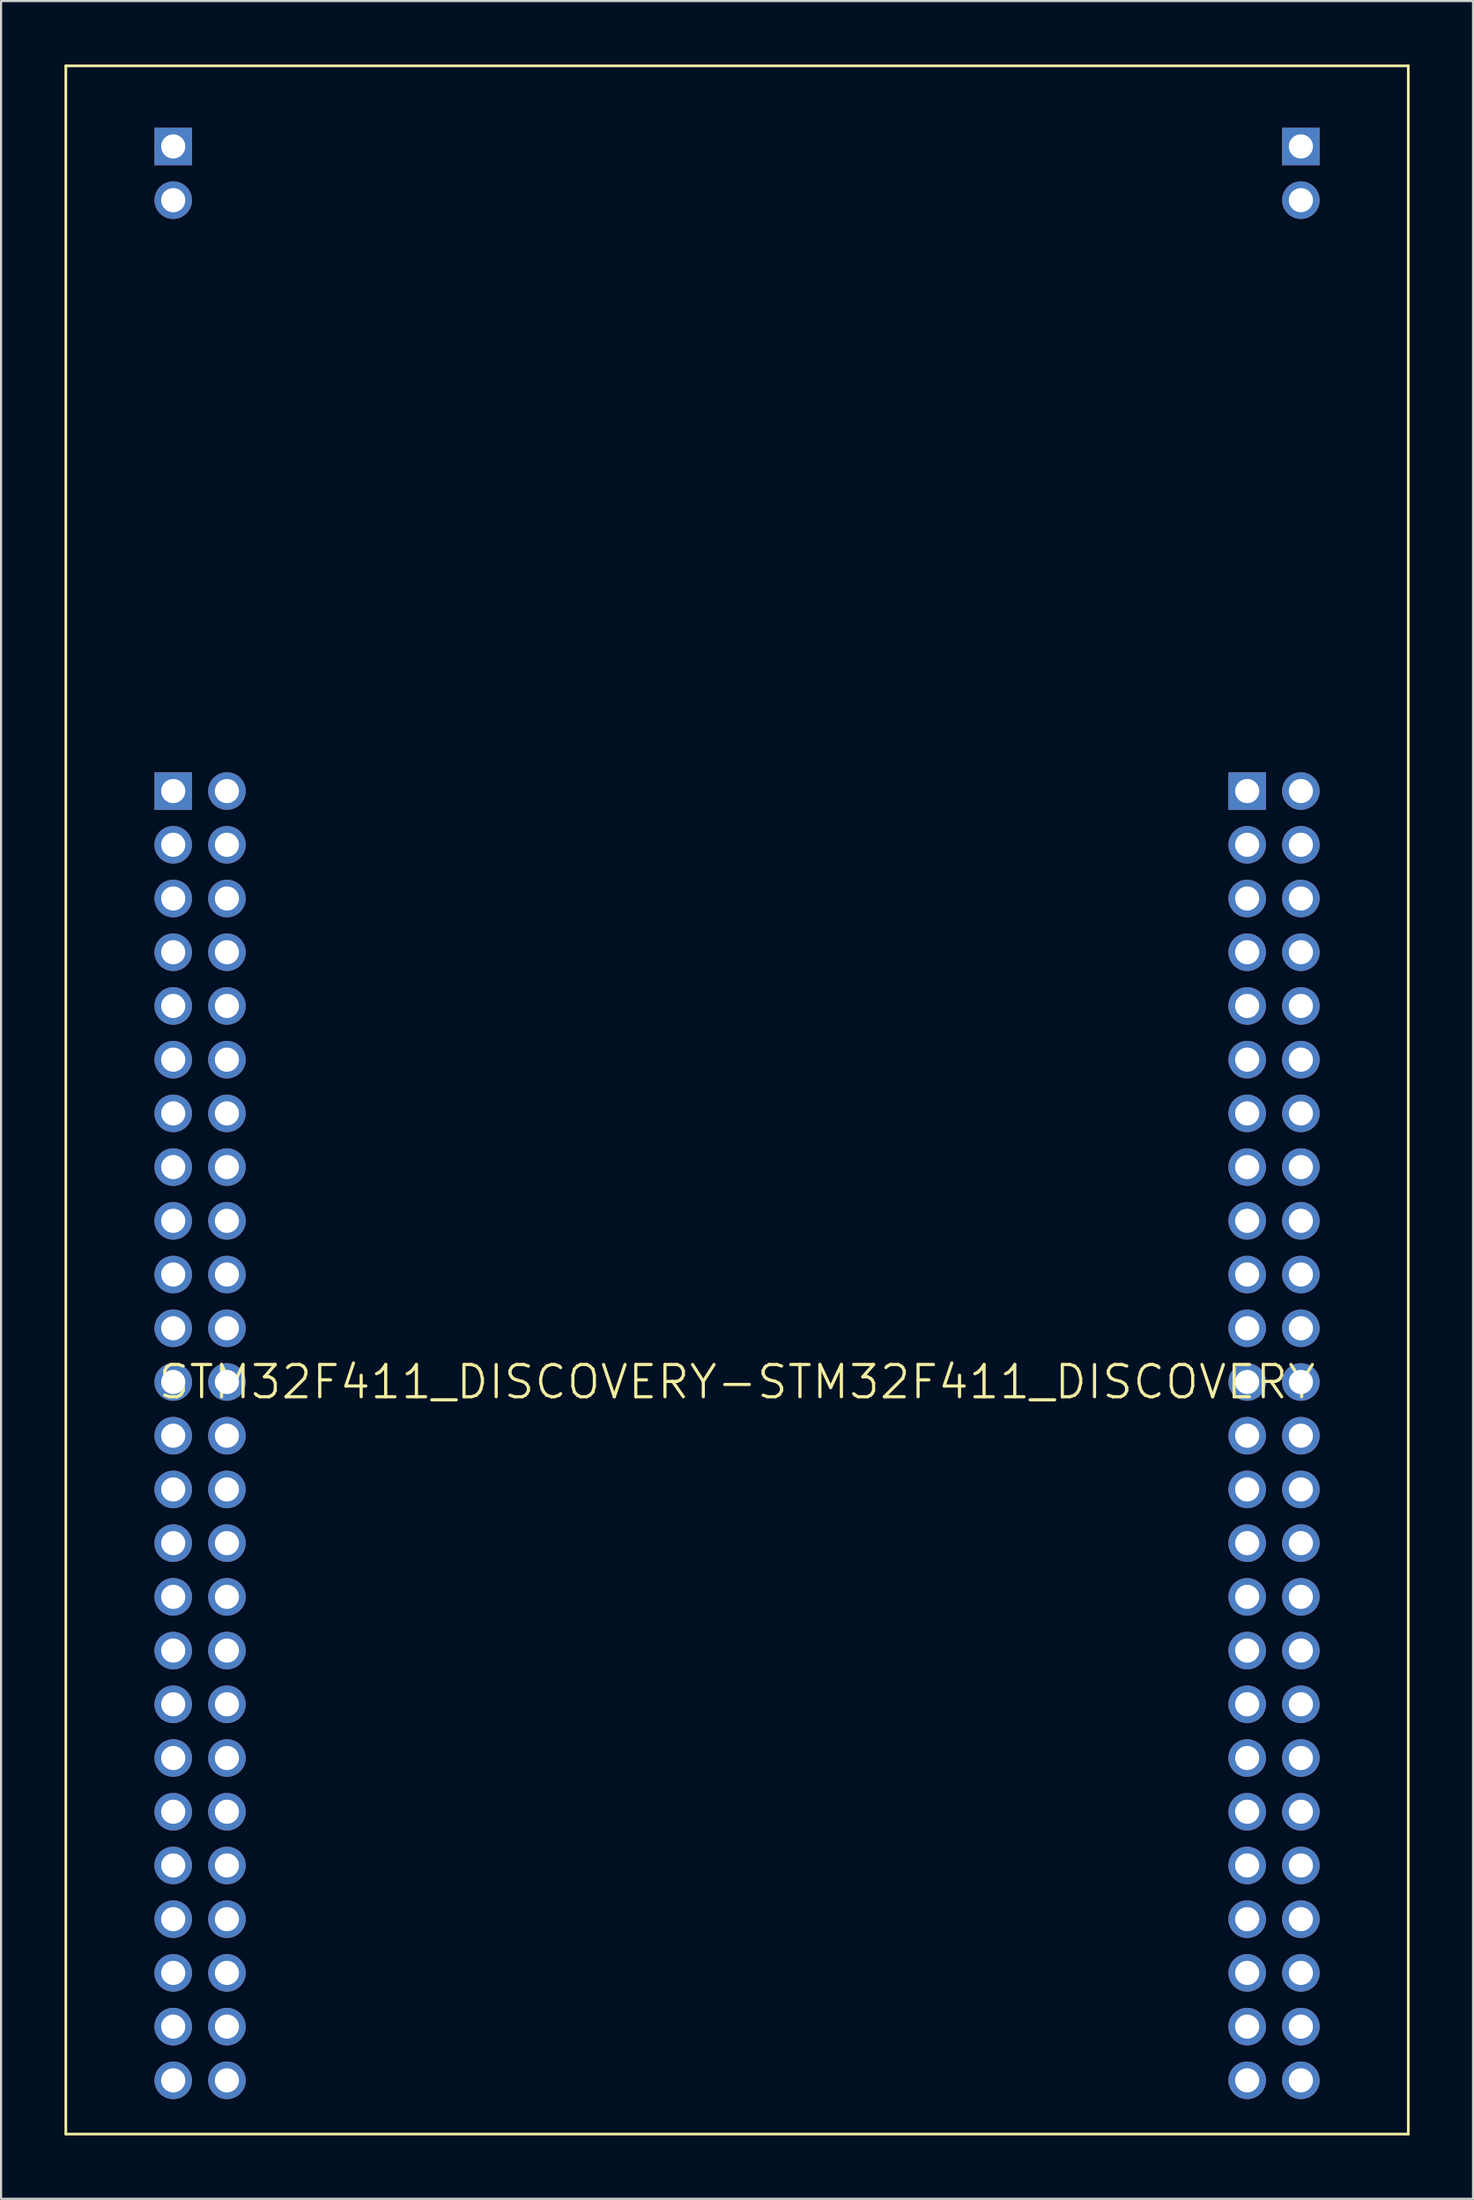
<source format=kicad_pcb>
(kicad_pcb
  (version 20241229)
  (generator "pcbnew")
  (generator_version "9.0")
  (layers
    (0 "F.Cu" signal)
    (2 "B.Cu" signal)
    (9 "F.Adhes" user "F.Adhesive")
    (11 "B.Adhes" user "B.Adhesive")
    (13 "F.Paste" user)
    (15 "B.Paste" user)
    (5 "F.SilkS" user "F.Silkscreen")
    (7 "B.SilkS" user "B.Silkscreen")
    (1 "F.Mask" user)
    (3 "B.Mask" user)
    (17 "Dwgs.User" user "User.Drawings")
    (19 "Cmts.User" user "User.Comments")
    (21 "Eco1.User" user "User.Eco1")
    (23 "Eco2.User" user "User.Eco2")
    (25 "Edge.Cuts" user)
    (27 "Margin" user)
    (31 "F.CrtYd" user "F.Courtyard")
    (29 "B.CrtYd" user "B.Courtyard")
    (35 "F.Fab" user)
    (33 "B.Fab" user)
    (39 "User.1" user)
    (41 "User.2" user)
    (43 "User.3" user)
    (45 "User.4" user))
  (footprint "STM32F411_DISCOVERY-STM32F411_DISCOVERY"
    (layer "F.Cu")
    (at 31.814 62.294)
    (property "Reference" "STM32F411_DISCOVERY-STM32F411_DISCOVERY" (at 0 0 0) (layer "F.SilkS") (effects (font (size 1.524 1.524) (thickness 0.15))))
    (attr exclude_from_pos_files exclude_from_bom)
    (fp_line (start -31.75 -62.23) (end 31.75 -62.23) (stroke (width 0.127) (type solid)) (layer "F.SilkS"))
    (fp_line (start -31.75 35.56) (end -31.75 -62.23) (stroke (width 0.127) (type solid)) (layer "F.SilkS"))
    (fp_line (start 31.75 -62.23) (end 31.75 35.56) (stroke (width 0.127) (type solid)) (layer "F.SilkS"))
    (fp_line (start 31.75 35.56) (end -31.75 35.56) (stroke (width 0.127) (type solid)) (layer "F.SilkS"))
    (pad "1" thru_hole rect (at -26.67 -27.94) (size 1.778 1.778) (drill 1.143) (layers "*.Cu" "*.Paste" "*.Mask"))
    (pad "2" thru_hole circle (at -26.67 -25.4) (size 1.778 1.778) (drill 1.143) (layers "*.Cu" "*.Paste" "*.Mask"))
    (pad "3" thru_hole circle (at -26.67 -22.86) (size 1.778 1.778) (drill 1.143) (layers "*.Cu" "*.Paste" "*.Mask"))
    (pad "4" thru_hole circle (at -26.67 -20.32) (size 1.778 1.778) (drill 1.143) (layers "*.Cu" "*.Paste" "*.Mask"))
    (pad "5" thru_hole circle (at -26.67 -17.78) (size 1.778 1.778) (drill 1.143) (layers "*.Cu" "*.Paste" "*.Mask"))
    (pad "6" thru_hole circle (at -26.67 -15.24) (size 1.778 1.778) (drill 1.143) (layers "*.Cu" "*.Paste" "*.Mask"))
    (pad "7" thru_hole circle (at -26.67 -12.7) (size 1.778 1.778) (drill 1.143) (layers "*.Cu" "*.Paste" "*.Mask"))
    (pad "8" thru_hole circle (at -26.67 -10.16) (size 1.778 1.778) (drill 1.143) (layers "*.Cu" "*.Paste" "*.Mask"))
    (pad "9" thru_hole circle (at -26.67 -7.62) (size 1.778 1.778) (drill 1.143) (layers "*.Cu" "*.Paste" "*.Mask"))
    (pad "10" thru_hole circle (at -26.67 -5.08) (size 1.778 1.778) (drill 1.143) (layers "*.Cu" "*.Paste" "*.Mask"))
    (pad "11" thru_hole circle (at -26.67 -2.54) (size 1.778 1.778) (drill 1.143) (layers "*.Cu" "*.Paste" "*.Mask"))
    (pad "12" thru_hole circle (at -26.67 0) (size 1.778 1.778) (drill 1.143) (layers "*.Cu" "*.Paste" "*.Mask"))
    (pad "13" thru_hole circle (at -26.67 2.54) (size 1.778 1.778) (drill 1.143) (layers "*.Cu" "*.Paste" "*.Mask"))
    (pad "14" thru_hole circle (at -26.67 5.08) (size 1.778 1.778) (drill 1.143) (layers "*.Cu" "*.Paste" "*.Mask"))
    (pad "15" thru_hole circle (at -26.67 7.62) (size 1.778 1.778) (drill 1.143) (layers "*.Cu" "*.Paste" "*.Mask"))
    (pad "16" thru_hole circle (at -26.67 10.16) (size 1.778 1.778) (drill 1.143) (layers "*.Cu" "*.Paste" "*.Mask"))
    (pad "17" thru_hole circle (at -26.67 12.7) (size 1.778 1.778) (drill 1.143) (layers "*.Cu" "*.Paste" "*.Mask"))
    (pad "18" thru_hole circle (at -26.67 15.24) (size 1.778 1.778) (drill 1.143) (layers "*.Cu" "*.Paste" "*.Mask"))
    (pad "19" thru_hole circle (at -26.67 17.78) (size 1.778 1.778) (drill 1.143) (layers "*.Cu" "*.Paste" "*.Mask"))
    (pad "20" thru_hole circle (at -26.67 20.32) (size 1.778 1.778) (drill 1.143) (layers "*.Cu" "*.Paste" "*.Mask"))
    (pad "21" thru_hole circle (at -26.67 22.86) (size 1.778 1.778) (drill 1.143) (layers "*.Cu" "*.Paste" "*.Mask"))
    (pad "22" thru_hole circle (at -26.67 25.4) (size 1.778 1.778) (drill 1.143) (layers "*.Cu" "*.Paste" "*.Mask"))
    (pad "23" thru_hole circle (at -26.67 27.94) (size 1.778 1.778) (drill 1.143) (layers "*.Cu" "*.Paste" "*.Mask"))
    (pad "24" thru_hole circle (at -26.67 30.48) (size 1.778 1.778) (drill 1.143) (layers "*.Cu" "*.Paste" "*.Mask"))
    (pad "25" thru_hole circle (at -26.67 33.02) (size 1.778 1.778) (drill 1.143) (layers "*.Cu" "*.Paste" "*.Mask"))
    (pad "26" thru_hole circle (at -24.13 -27.94) (size 1.778 1.778) (drill 1.143) (layers "*.Cu" "*.Paste" "*.Mask"))
    (pad "27" thru_hole circle (at -24.13 -25.4) (size 1.778 1.778) (drill 1.143) (layers "*.Cu" "*.Paste" "*.Mask"))
    (pad "28" thru_hole circle (at -24.13 -22.86) (size 1.778 1.778) (drill 1.143) (layers "*.Cu" "*.Paste" "*.Mask"))
    (pad "29" thru_hole circle (at -24.13 -20.32) (size 1.778 1.778) (drill 1.143) (layers "*.Cu" "*.Paste" "*.Mask"))
    (pad "30" thru_hole circle (at -24.13 -17.78) (size 1.778 1.778) (drill 1.143) (layers "*.Cu" "*.Paste" "*.Mask"))
    (pad "31" thru_hole circle (at -24.13 -15.24) (size 1.778 1.778) (drill 1.143) (layers "*.Cu" "*.Paste" "*.Mask"))
    (pad "32" thru_hole circle (at -24.13 -12.7) (size 1.778 1.778) (drill 1.143) (layers "*.Cu" "*.Paste" "*.Mask"))
    (pad "33" thru_hole circle (at -24.13 -10.16) (size 1.778 1.778) (drill 1.143) (layers "*.Cu" "*.Paste" "*.Mask"))
    (pad "34" thru_hole circle (at -24.13 -7.62) (size 1.778 1.778) (drill 1.143) (layers "*.Cu" "*.Paste" "*.Mask"))
    (pad "35" thru_hole circle (at -24.13 -5.08) (size 1.778 1.778) (drill 1.143) (layers "*.Cu" "*.Paste" "*.Mask"))
    (pad "36" thru_hole circle (at -24.13 -2.54) (size 1.778 1.778) (drill 1.143) (layers "*.Cu" "*.Paste" "*.Mask"))
    (pad "37" thru_hole circle (at -24.13 0) (size 1.778 1.778) (drill 1.143) (layers "*.Cu" "*.Paste" "*.Mask"))
    (pad "38" thru_hole circle (at -24.13 2.54) (size 1.778 1.778) (drill 1.143) (layers "*.Cu" "*.Paste" "*.Mask"))
    (pad "39" thru_hole circle (at -24.13 5.08) (size 1.778 1.778) (drill 1.143) (layers "*.Cu" "*.Paste" "*.Mask"))
    (pad "40" thru_hole circle (at -24.13 7.62) (size 1.778 1.778) (drill 1.143) (layers "*.Cu" "*.Paste" "*.Mask"))
    (pad "41" thru_hole circle (at -24.13 10.16) (size 1.778 1.778) (drill 1.143) (layers "*.Cu" "*.Paste" "*.Mask"))
    (pad "42" thru_hole circle (at -24.13 12.7) (size 1.778 1.778) (drill 1.143) (layers "*.Cu" "*.Paste" "*.Mask"))
    (pad "43" thru_hole circle (at -24.13 15.24) (size 1.778 1.778) (drill 1.143) (layers "*.Cu" "*.Paste" "*.Mask"))
    (pad "44" thru_hole circle (at -24.13 17.78) (size 1.778 1.778) (drill 1.143) (layers "*.Cu" "*.Paste" "*.Mask"))
    (pad "45" thru_hole circle (at -24.13 20.32) (size 1.778 1.778) (drill 1.143) (layers "*.Cu" "*.Paste" "*.Mask"))
    (pad "46" thru_hole circle (at -24.13 22.86) (size 1.778 1.778) (drill 1.143) (layers "*.Cu" "*.Paste" "*.Mask"))
    (pad "47" thru_hole circle (at -24.13 25.4) (size 1.778 1.778) (drill 1.143) (layers "*.Cu" "*.Paste" "*.Mask"))
    (pad "48" thru_hole circle (at -24.13 27.94) (size 1.778 1.778) (drill 1.143) (layers "*.Cu" "*.Paste" "*.Mask"))
    (pad "49" thru_hole circle (at -24.13 30.48) (size 1.778 1.778) (drill 1.143) (layers "*.Cu" "*.Paste" "*.Mask"))
    (pad "50" thru_hole circle (at -24.13 33.02) (size 1.778 1.778) (drill 1.143) (layers "*.Cu" "*.Paste" "*.Mask"))
    (pad "51" thru_hole rect (at 24.13 -27.94) (size 1.778 1.778) (drill 1.143) (layers "*.Cu" "*.Paste" "*.Mask"))
    (pad "52" thru_hole circle (at 24.13 -25.4) (size 1.778 1.778) (drill 1.143) (layers "*.Cu" "*.Paste" "*.Mask"))
    (pad "53" thru_hole circle (at 24.13 -22.86) (size 1.778 1.778) (drill 1.143) (layers "*.Cu" "*.Paste" "*.Mask"))
    (pad "54" thru_hole circle (at 24.13 -20.32) (size 1.778 1.778) (drill 1.143) (layers "*.Cu" "*.Paste" "*.Mask"))
    (pad "55" thru_hole circle (at 24.13 -17.78) (size 1.778 1.778) (drill 1.143) (layers "*.Cu" "*.Paste" "*.Mask"))
    (pad "56" thru_hole circle (at 24.13 -15.24) (size 1.778 1.778) (drill 1.143) (layers "*.Cu" "*.Paste" "*.Mask"))
    (pad "57" thru_hole circle (at 24.13 -12.7) (size 1.778 1.778) (drill 1.143) (layers "*.Cu" "*.Paste" "*.Mask"))
    (pad "58" thru_hole circle (at 24.13 -10.16) (size 1.778 1.778) (drill 1.143) (layers "*.Cu" "*.Paste" "*.Mask"))
    (pad "59" thru_hole circle (at 24.13 -7.62) (size 1.778 1.778) (drill 1.143) (layers "*.Cu" "*.Paste" "*.Mask"))
    (pad "60" thru_hole circle (at 24.13 -5.08) (size 1.778 1.778) (drill 1.143) (layers "*.Cu" "*.Paste" "*.Mask"))
    (pad "61" thru_hole circle (at 24.13 -2.54) (size 1.778 1.778) (drill 1.143) (layers "*.Cu" "*.Paste" "*.Mask"))
    (pad "62" thru_hole circle (at 24.13 0) (size 1.778 1.778) (drill 1.143) (layers "*.Cu" "*.Paste" "*.Mask"))
    (pad "63" thru_hole circle (at 24.13 2.54) (size 1.778 1.778) (drill 1.143) (layers "*.Cu" "*.Paste" "*.Mask"))
    (pad "64" thru_hole circle (at 24.13 5.08) (size 1.778 1.778) (drill 1.143) (layers "*.Cu" "*.Paste" "*.Mask"))
    (pad "65" thru_hole circle (at 24.13 7.62) (size 1.778 1.778) (drill 1.143) (layers "*.Cu" "*.Paste" "*.Mask"))
    (pad "66" thru_hole circle (at 24.13 10.16) (size 1.778 1.778) (drill 1.143) (layers "*.Cu" "*.Paste" "*.Mask"))
    (pad "67" thru_hole circle (at 24.13 12.7) (size 1.778 1.778) (drill 1.143) (layers "*.Cu" "*.Paste" "*.Mask"))
    (pad "68" thru_hole circle (at 24.13 15.24) (size 1.778 1.778) (drill 1.143) (layers "*.Cu" "*.Paste" "*.Mask"))
    (pad "69" thru_hole circle (at 24.13 17.78) (size 1.778 1.778) (drill 1.143) (layers "*.Cu" "*.Paste" "*.Mask"))
    (pad "70" thru_hole circle (at 24.13 20.32) (size 1.778 1.778) (drill 1.143) (layers "*.Cu" "*.Paste" "*.Mask"))
    (pad "71" thru_hole circle (at 24.13 22.86) (size 1.778 1.778) (drill 1.143) (layers "*.Cu" "*.Paste" "*.Mask"))
    (pad "72" thru_hole circle (at 24.13 25.4) (size 1.778 1.778) (drill 1.143) (layers "*.Cu" "*.Paste" "*.Mask"))
    (pad "73" thru_hole circle (at 24.13 27.94) (size 1.778 1.778) (drill 1.143) (layers "*.Cu" "*.Paste" "*.Mask"))
    (pad "74" thru_hole circle (at 24.13 30.48) (size 1.778 1.778) (drill 1.143) (layers "*.Cu" "*.Paste" "*.Mask"))
    (pad "75" thru_hole circle (at 24.13 33.02) (size 1.778 1.778) (drill 1.143) (layers "*.Cu" "*.Paste" "*.Mask"))
    (pad "76" thru_hole circle (at 26.67 -27.94) (size 1.778 1.778) (drill 1.143) (layers "*.Cu" "*.Paste" "*.Mask"))
    (pad "77" thru_hole circle (at 26.67 -25.4) (size 1.778 1.778) (drill 1.143) (layers "*.Cu" "*.Paste" "*.Mask"))
    (pad "78" thru_hole circle (at 26.67 -22.86) (size 1.778 1.778) (drill 1.143) (layers "*.Cu" "*.Paste" "*.Mask"))
    (pad "79" thru_hole circle (at 26.67 -20.32) (size 1.778 1.778) (drill 1.143) (layers "*.Cu" "*.Paste" "*.Mask"))
    (pad "80" thru_hole circle (at 26.67 -17.78) (size 1.778 1.778) (drill 1.143) (layers "*.Cu" "*.Paste" "*.Mask"))
    (pad "81" thru_hole circle (at 26.67 -15.24) (size 1.778 1.778) (drill 1.143) (layers "*.Cu" "*.Paste" "*.Mask"))
    (pad "82" thru_hole circle (at 26.67 -12.7) (size 1.778 1.778) (drill 1.143) (layers "*.Cu" "*.Paste" "*.Mask"))
    (pad "83" thru_hole circle (at 26.67 -10.16) (size 1.778 1.778) (drill 1.143) (layers "*.Cu" "*.Paste" "*.Mask"))
    (pad "84" thru_hole circle (at 26.67 -7.62) (size 1.778 1.778) (drill 1.143) (layers "*.Cu" "*.Paste" "*.Mask"))
    (pad "85" thru_hole circle (at 26.67 -5.08) (size 1.778 1.778) (drill 1.143) (layers "*.Cu" "*.Paste" "*.Mask"))
    (pad "86" thru_hole circle (at 26.67 -2.54) (size 1.778 1.778) (drill 1.143) (layers "*.Cu" "*.Paste" "*.Mask"))
    (pad "87" thru_hole circle (at 26.67 0) (size 1.778 1.778) (drill 1.143) (layers "*.Cu" "*.Paste" "*.Mask"))
    (pad "88" thru_hole circle (at 26.67 2.54) (size 1.778 1.778) (drill 1.143) (layers "*.Cu" "*.Paste" "*.Mask"))
    (pad "89" thru_hole circle (at 26.67 5.08) (size 1.778 1.778) (drill 1.143) (layers "*.Cu" "*.Paste" "*.Mask"))
    (pad "90" thru_hole circle (at 26.67 7.62) (size 1.778 1.778) (drill 1.143) (layers "*.Cu" "*.Paste" "*.Mask"))
    (pad "91" thru_hole circle (at 26.67 10.16) (size 1.778 1.778) (drill 1.143) (layers "*.Cu" "*.Paste" "*.Mask"))
    (pad "92" thru_hole circle (at 26.67 12.7) (size 1.778 1.778) (drill 1.143) (layers "*.Cu" "*.Paste" "*.Mask"))
    (pad "93" thru_hole circle (at 26.67 15.24) (size 1.778 1.778) (drill 1.143) (layers "*.Cu" "*.Paste" "*.Mask"))
    (pad "94" thru_hole circle (at 26.67 17.78) (size 1.778 1.778) (drill 1.143) (layers "*.Cu" "*.Paste" "*.Mask"))
    (pad "95" thru_hole circle (at 26.67 20.32) (size 1.778 1.778) (drill 1.143) (layers "*.Cu" "*.Paste" "*.Mask"))
    (pad "96" thru_hole circle (at 26.67 22.86) (size 1.778 1.778) (drill 1.143) (layers "*.Cu" "*.Paste" "*.Mask"))
    (pad "97" thru_hole circle (at 26.67 25.4) (size 1.778 1.778) (drill 1.143) (layers "*.Cu" "*.Paste" "*.Mask"))
    (pad "98" thru_hole circle (at 26.67 27.94) (size 1.778 1.778) (drill 1.143) (layers "*.Cu" "*.Paste" "*.Mask"))
    (pad "99" thru_hole circle (at 26.67 30.48) (size 1.778 1.778) (drill 1.143) (layers "*.Cu" "*.Paste" "*.Mask"))
    (pad "100" thru_hole circle (at 26.67 33.02) (size 1.778 1.778) (drill 1.143) (layers "*.Cu" "*.Paste" "*.Mask"))
    (pad "101" thru_hole rect (at -26.67 -58.42) (size 1.778 1.778) (drill 1.143) (layers "*.Cu" "*.Paste" "*.Mask"))
    (pad "102" thru_hole circle (at -26.67 -55.88) (size 1.778 1.778) (drill 1.143) (layers "*.Cu" "*.Paste" "*.Mask"))
    (pad "103" thru_hole rect (at 26.67 -58.42) (size 1.778 1.778) (drill 1.143) (layers "*.Cu" "*.Paste" "*.Mask"))
    (pad "104" thru_hole circle (at 26.67 -55.88) (size 1.778 1.778) (drill 1.143) (layers "*.Cu" "*.Paste" "*.Mask")))
  (gr_rect
    (start -3 -3)
    (end 66.627 100.917)
    (stroke (width 0.1) (type default))
    (fill no)
    (layer "Edge.Cuts")))
</source>
